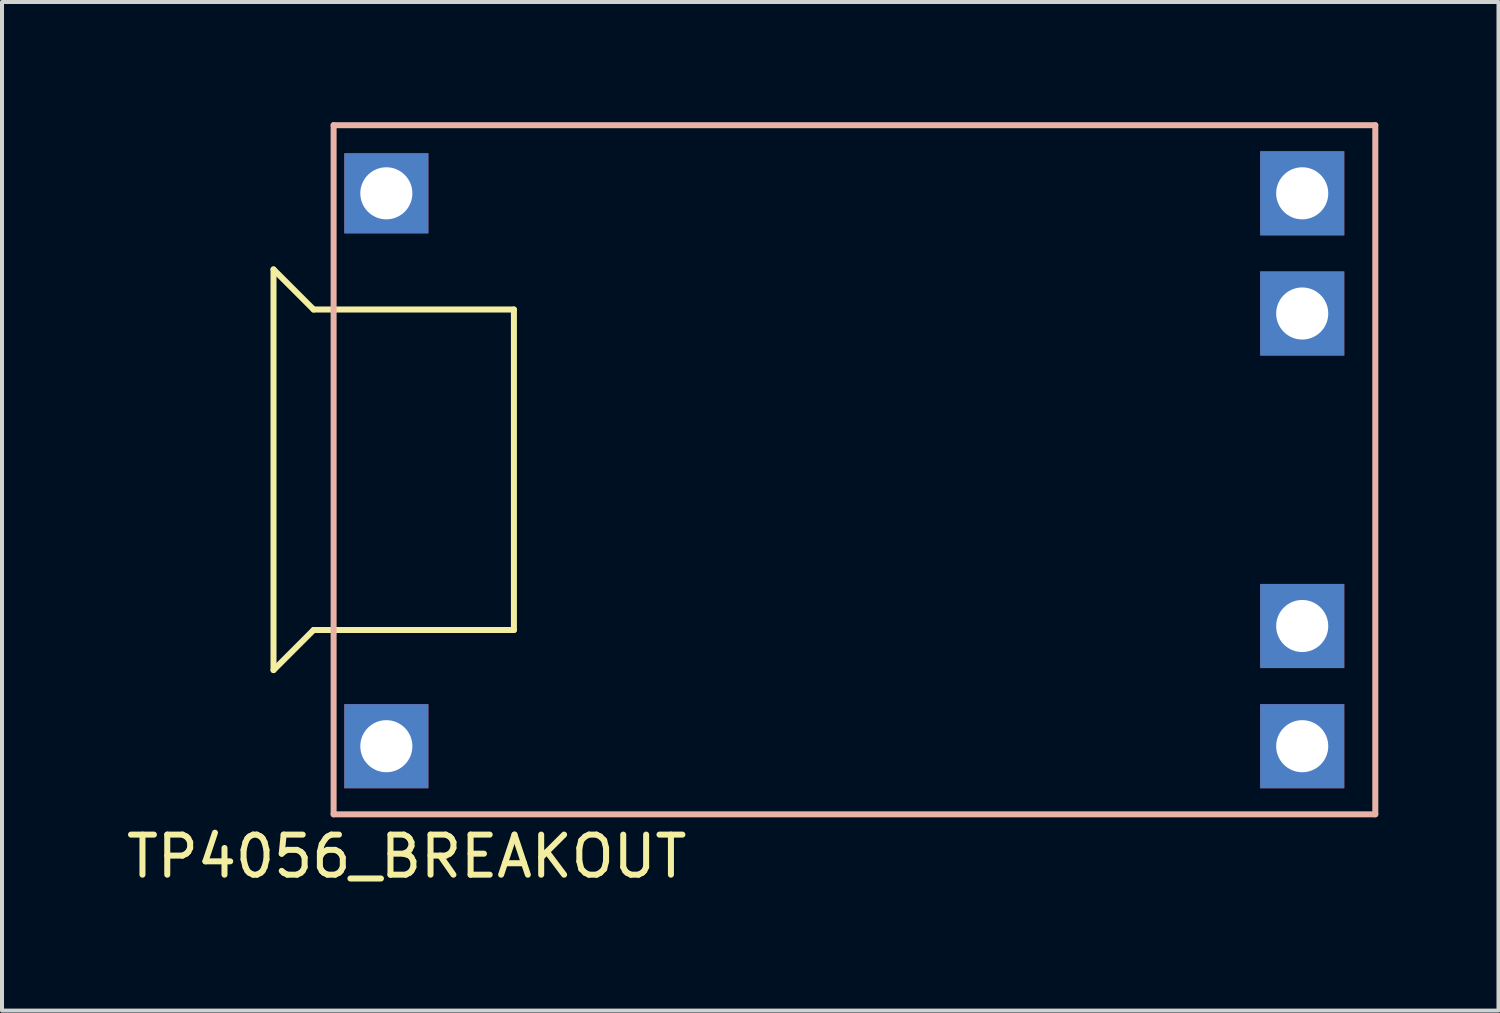
<source format=kicad_pcb>
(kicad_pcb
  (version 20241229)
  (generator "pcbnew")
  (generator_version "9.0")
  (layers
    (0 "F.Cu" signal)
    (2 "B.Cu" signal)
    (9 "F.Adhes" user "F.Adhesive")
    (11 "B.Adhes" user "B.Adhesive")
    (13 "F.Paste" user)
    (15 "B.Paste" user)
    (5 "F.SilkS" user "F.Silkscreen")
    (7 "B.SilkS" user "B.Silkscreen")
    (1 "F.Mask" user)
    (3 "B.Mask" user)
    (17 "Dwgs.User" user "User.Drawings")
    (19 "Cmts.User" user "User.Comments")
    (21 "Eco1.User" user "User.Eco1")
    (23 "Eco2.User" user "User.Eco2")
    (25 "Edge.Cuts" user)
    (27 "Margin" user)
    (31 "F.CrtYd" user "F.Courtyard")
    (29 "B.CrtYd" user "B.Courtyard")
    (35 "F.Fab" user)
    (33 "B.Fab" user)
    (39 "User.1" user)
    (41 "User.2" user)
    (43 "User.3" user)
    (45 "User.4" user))
  (footprint "TP4056_BREAKOUT"
    (layer "F.Cu")
    (at 18.277 8.675)
    (property "Reference" "TP4056_BREAKOUT" (at -11.176 9.652 0) (layer "F.SilkS") (effects (font (size 1 1) (thickness 0.15))))
    (attr through_hole)
    (fp_line (start -14.5 -5) (end -13.5 -4) (stroke (width 0.15) (type solid)) (layer "F.SilkS"))
    (fp_line (start -14.5 5) (end -14.5 -5) (stroke (width 0.15) (type solid)) (layer "F.SilkS"))
    (fp_line (start -13.5 -4) (end -13 -4) (stroke (width 0.15) (type solid)) (layer "F.SilkS"))
    (fp_line (start -13.5 4) (end -14.5 5) (stroke (width 0.15) (type solid)) (layer "F.SilkS"))
    (fp_line (start -13 -4) (end -8.5 -4) (stroke (width 0.15) (type solid)) (layer "F.SilkS"))
    (fp_line (start -13 4) (end -13.5 4) (stroke (width 0.15) (type solid)) (layer "F.SilkS"))
    (fp_line (start -8.5 -4) (end -8.5 4) (stroke (width 0.15) (type solid)) (layer "F.SilkS"))
    (fp_line (start -8.5 4) (end -13 4) (stroke (width 0.15) (type solid)) (layer "F.SilkS"))
    (fp_line (start -13 -8.6) (end 13 -8.6) (stroke (width 0.15) (type solid)) (layer "B.SilkS"))
    (fp_line (start -13 8.6) (end -13 -8.6) (stroke (width 0.15) (type solid)) (layer "B.SilkS"))
    (fp_line (start 13 -8.6) (end 13 8.6) (stroke (width 0.15) (type solid)) (layer "B.SilkS"))
    (fp_line (start 13 8.6) (end -13 8.6) (stroke (width 0.15) (type solid)) (layer "B.SilkS"))
    (pad "1" thru_hole rect (at -11.684 -6.9) (size 2.1 2) (drill 1.3) (layers "*.Cu" "*.Mask"))
    (pad "2" thru_hole rect (at -11.684 6.9) (size 2.1 2.1) (drill 1.3) (layers "*.Cu" "*.Mask"))
    (pad "3" thru_hole rect (at 11.176 -6.9) (size 2.1 2.1) (drill 1.3) (layers "*.Cu" "*.Mask"))
    (pad "4" thru_hole rect (at 11.176 -3.9) (size 2.1 2.1) (drill 1.3) (layers "*.Cu" "*.Mask"))
    (pad "5" thru_hole rect (at 11.176 3.9) (size 2.1 2.1) (drill 1.3) (layers "*.Cu" "*.Mask"))
    (pad "6" thru_hole rect (at 11.176 6.9) (size 2.1 2.1) (drill 1.3) (layers "*.Cu" "*.Mask")))
  (gr_rect
    (start -3 -3)
    (end 34.352 22.175)
    (stroke (width 0.1) (type default))
    (fill no)
    (layer "Edge.Cuts")))
</source>
